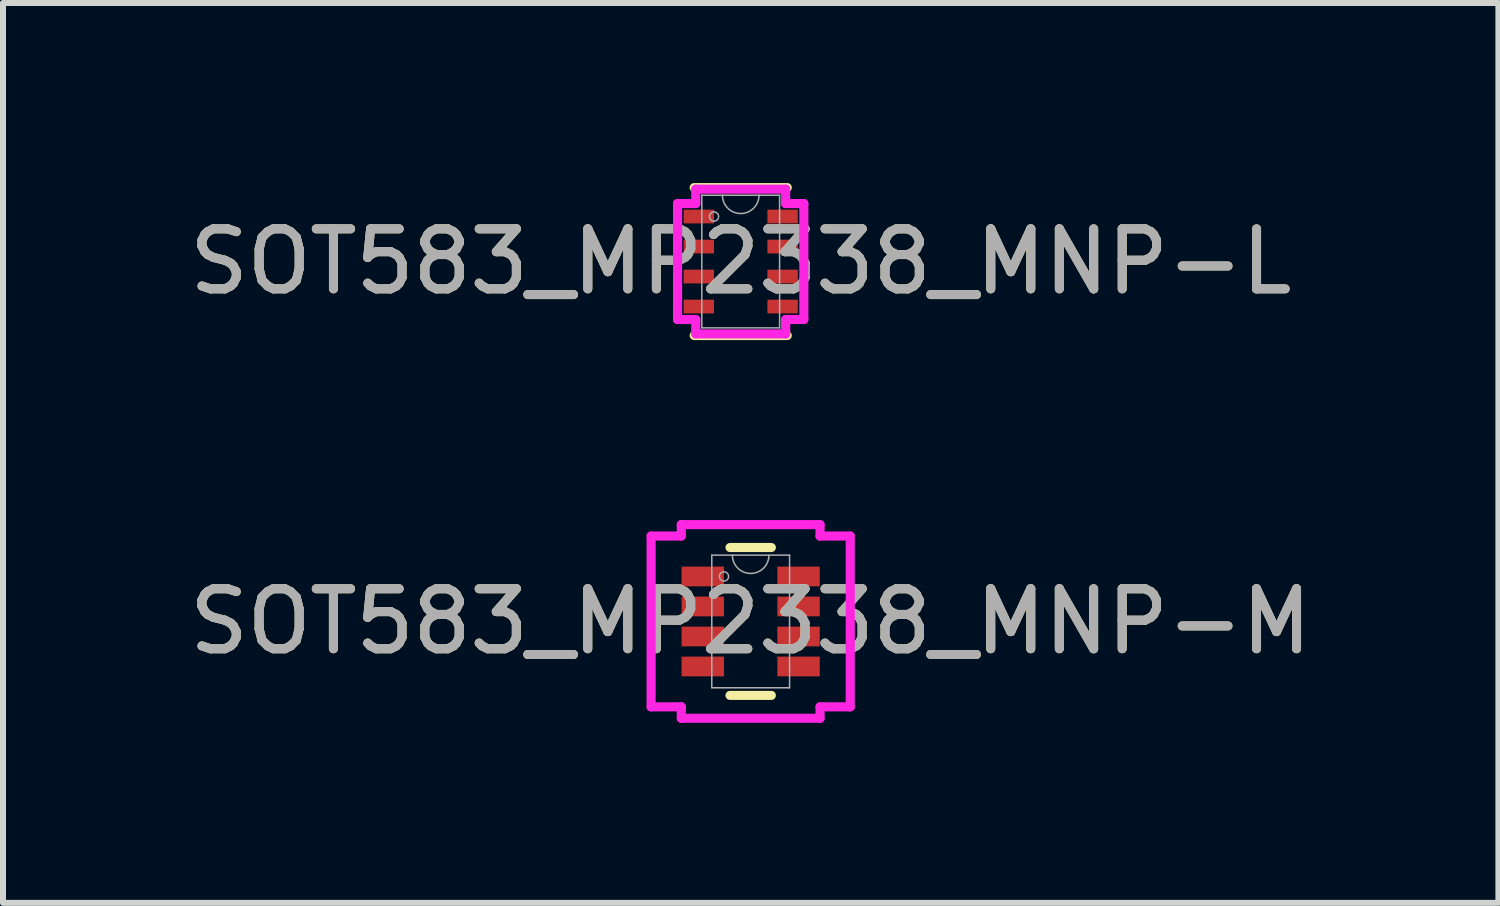
<source format=kicad_pcb>
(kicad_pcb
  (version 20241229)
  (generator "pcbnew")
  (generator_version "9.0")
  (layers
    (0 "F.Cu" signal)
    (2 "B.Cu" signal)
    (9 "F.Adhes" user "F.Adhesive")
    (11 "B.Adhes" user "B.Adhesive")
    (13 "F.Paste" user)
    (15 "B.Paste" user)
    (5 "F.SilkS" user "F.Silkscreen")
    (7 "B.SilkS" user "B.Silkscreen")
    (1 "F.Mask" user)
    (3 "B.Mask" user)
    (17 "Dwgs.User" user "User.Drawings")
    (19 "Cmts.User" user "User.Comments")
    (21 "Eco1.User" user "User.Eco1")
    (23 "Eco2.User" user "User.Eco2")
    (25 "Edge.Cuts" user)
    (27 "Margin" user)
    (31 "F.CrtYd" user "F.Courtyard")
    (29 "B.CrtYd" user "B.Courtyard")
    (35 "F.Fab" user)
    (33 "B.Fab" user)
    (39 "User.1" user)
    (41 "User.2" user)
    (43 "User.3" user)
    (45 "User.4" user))
  (footprint "SOT583_MP2338_MNP-L"
    (layer "F.Cu")
    (at 9.292 1.308)
    (property "Reference" "SOT583_MP2338_MNP-L" (at 0 0 0) (unlocked yes) (layer "F.SilkS") (effects (font (size 1 1) (thickness 0.15))))
    (attr smd)
    (fp_line (start -0.775 1.232) (end 0.775 1.232) (stroke (width 0.152) (type solid)) (layer "F.SilkS"))
    (fp_line (start 0.775 -1.232) (end -0.775 -1.232) (stroke (width 0.152) (type solid)) (layer "F.SilkS"))
    (fp_line (start -1.052 -0.966) (end -0.749 -0.966) (stroke (width 0.152) (type solid)) (layer "F.CrtYd"))
    (fp_line (start -1.052 0.966) (end -1.052 -0.966) (stroke (width 0.152) (type solid)) (layer "F.CrtYd"))
    (fp_line (start -0.749 -1.206) (end 0.749 -1.206) (stroke (width 0.152) (type solid)) (layer "F.CrtYd"))
    (fp_line (start -0.749 -0.966) (end -0.749 -1.206) (stroke (width 0.152) (type solid)) (layer "F.CrtYd"))
    (fp_line (start -0.749 0.966) (end -1.052 0.966) (stroke (width 0.152) (type solid)) (layer "F.CrtYd"))
    (fp_line (start -0.749 1.206) (end -0.749 0.966) (stroke (width 0.152) (type solid)) (layer "F.CrtYd"))
    (fp_line (start 0.749 -1.206) (end 0.749 -0.966) (stroke (width 0.152) (type solid)) (layer "F.CrtYd"))
    (fp_line (start 0.749 -0.966) (end 1.052 -0.966) (stroke (width 0.152) (type solid)) (layer "F.CrtYd"))
    (fp_line (start 0.749 0.966) (end 0.749 1.206) (stroke (width 0.152) (type solid)) (layer "F.CrtYd"))
    (fp_line (start 0.749 1.206) (end -0.749 1.206) (stroke (width 0.152) (type solid)) (layer "F.CrtYd"))
    (fp_line (start 1.052 -0.966) (end 1.052 0.966) (stroke (width 0.152) (type solid)) (layer "F.CrtYd"))
    (fp_line (start 1.052 0.966) (end 0.749 0.966) (stroke (width 0.152) (type solid)) (layer "F.CrtYd"))
    (fp_line (start -0.648 -1.105) (end -0.648 1.105) (stroke (width 0.025) (type solid)) (layer "F.Fab"))
    (fp_line (start -0.648 1.105) (end 0.648 1.105) (stroke (width 0.025) (type solid)) (layer "F.Fab"))
    (fp_line (start 0.648 -1.105) (end -0.648 -1.105) (stroke (width 0.025) (type solid)) (layer "F.Fab"))
    (fp_line (start 0.648 1.105) (end 0.648 -1.105) (stroke (width 0.025) (type solid)) (layer "F.Fab"))
    (fp_arc (start 0.3048 -1.1049) (mid 0 -0.8001) (end -0.3048 -1.1049) (stroke (width 0.0254) (type solid)) (layer "F.Fab"))
    (fp_circle (center -0.445 -0.75) (end -0.368 -0.75) (stroke (width 0.025) (type solid)) (fill no) (layer "F.Fab"))
    (fp_text user "${REFERENCE}" (at 0 0 0) (unlocked yes) (layer "F.Fab") (effects (font (size 1 1) (thickness 0.15))))
    (pad "1" smd rect (at -0.698 -0.75) (size 0.506 0.229) (layers "F.Cu" "F.Mask" "F.Paste"))
    (pad "2" smd rect (at -0.698 -0.25) (size 0.506 0.229) (layers "F.Cu" "F.Mask" "F.Paste"))
    (pad "3" smd rect (at -0.698 0.25) (size 0.506 0.229) (layers "F.Cu" "F.Mask" "F.Paste"))
    (pad "4" smd rect (at -0.698 0.75) (size 0.506 0.229) (layers "F.Cu" "F.Mask" "F.Paste"))
    (pad "5" smd rect (at 0.698 0.75) (size 0.506 0.229) (layers "F.Cu" "F.Mask" "F.Paste"))
    (pad "6" smd rect (at 0.698 0.25) (size 0.506 0.229) (layers "F.Cu" "F.Mask" "F.Paste"))
    (pad "7" smd rect (at 0.698 -0.25) (size 0.506 0.229) (layers "F.Cu" "F.Mask" "F.Paste"))
    (pad "8" smd rect (at 0.698 -0.75) (size 0.506 0.229) (layers "F.Cu" "F.Mask" "F.Paste")))
  (footprint "SOT583_MP2338_MNP-M"
    (layer "F.Cu")
    (at 9.458 7.305)
    (property "Reference" "SOT583_MP2338_MNP-M" (at 0 0 0) (unlocked yes) (layer "F.SilkS") (effects (font (size 1 1) (thickness 0.15))))
    (attr smd)
    (fp_line (start -0.344 1.232) (end 0.344 1.232) (stroke (width 0.152) (type solid)) (layer "F.SilkS"))
    (fp_line (start 0.344 -1.232) (end -0.344 -1.232) (stroke (width 0.152) (type solid)) (layer "F.SilkS"))
    (fp_line (start -1.659 -1.423) (end -1.156 -1.423) (stroke (width 0.152) (type solid)) (layer "F.CrtYd"))
    (fp_line (start -1.659 1.423) (end -1.659 -1.423) (stroke (width 0.152) (type solid)) (layer "F.CrtYd"))
    (fp_line (start -1.156 -1.613) (end 1.156 -1.613) (stroke (width 0.152) (type solid)) (layer "F.CrtYd"))
    (fp_line (start -1.156 -1.423) (end -1.156 -1.613) (stroke (width 0.152) (type solid)) (layer "F.CrtYd"))
    (fp_line (start -1.156 1.423) (end -1.659 1.423) (stroke (width 0.152) (type solid)) (layer "F.CrtYd"))
    (fp_line (start -1.156 1.613) (end -1.156 1.423) (stroke (width 0.152) (type solid)) (layer "F.CrtYd"))
    (fp_line (start 1.156 -1.613) (end 1.156 -1.423) (stroke (width 0.152) (type solid)) (layer "F.CrtYd"))
    (fp_line (start 1.156 -1.423) (end 1.659 -1.423) (stroke (width 0.152) (type solid)) (layer "F.CrtYd"))
    (fp_line (start 1.156 1.423) (end 1.156 1.613) (stroke (width 0.152) (type solid)) (layer "F.CrtYd"))
    (fp_line (start 1.156 1.613) (end -1.156 1.613) (stroke (width 0.152) (type solid)) (layer "F.CrtYd"))
    (fp_line (start 1.659 -1.423) (end 1.659 1.423) (stroke (width 0.152) (type solid)) (layer "F.CrtYd"))
    (fp_line (start 1.659 1.423) (end 1.156 1.423) (stroke (width 0.152) (type solid)) (layer "F.CrtYd"))
    (fp_line (start -0.648 -1.105) (end -0.648 1.105) (stroke (width 0.025) (type solid)) (layer "F.Fab"))
    (fp_line (start -0.648 1.105) (end 0.648 1.105) (stroke (width 0.025) (type solid)) (layer "F.Fab"))
    (fp_line (start 0.648 -1.105) (end -0.648 -1.105) (stroke (width 0.025) (type solid)) (layer "F.Fab"))
    (fp_line (start 0.648 1.105) (end 0.648 -1.105) (stroke (width 0.025) (type solid)) (layer "F.Fab"))
    (fp_arc (start 0.3048 -1.1049) (mid 0 -0.8001) (end -0.3048 -1.1049) (stroke (width 0.0254) (type solid)) (layer "F.Fab"))
    (fp_circle (center -0.445 -0.75) (end -0.368 -0.75) (stroke (width 0.025) (type solid)) (fill no) (layer "F.Fab"))
    (fp_text user "${REFERENCE}" (at 0 0 0) (unlocked yes) (layer "F.Fab") (effects (font (size 1 1) (thickness 0.15))))
    (pad "1" smd rect (at -0.798 -0.75) (size 0.706 0.329) (layers "F.Cu" "F.Mask" "F.Paste"))
    (pad "2" smd rect (at -0.798 -0.25) (size 0.706 0.329) (layers "F.Cu" "F.Mask" "F.Paste"))
    (pad "3" smd rect (at -0.798 0.25) (size 0.706 0.329) (layers "F.Cu" "F.Mask" "F.Paste"))
    (pad "4" smd rect (at -0.798 0.75) (size 0.706 0.329) (layers "F.Cu" "F.Mask" "F.Paste"))
    (pad "5" smd rect (at 0.798 0.75) (size 0.706 0.329) (layers "F.Cu" "F.Mask" "F.Paste"))
    (pad "6" smd rect (at 0.798 0.25) (size 0.706 0.329) (layers "F.Cu" "F.Mask" "F.Paste"))
    (pad "7" smd rect (at 0.798 -0.25) (size 0.706 0.329) (layers "F.Cu" "F.Mask" "F.Paste"))
    (pad "8" smd rect (at 0.798 -0.75) (size 0.706 0.329) (layers "F.Cu" "F.Mask" "F.Paste")))
  (gr_rect
    (start -3 -3)
    (end 21.917 11.994)
    (stroke (width 0.1) (type default))
    (fill no)
    (layer "Edge.Cuts")))
</source>
